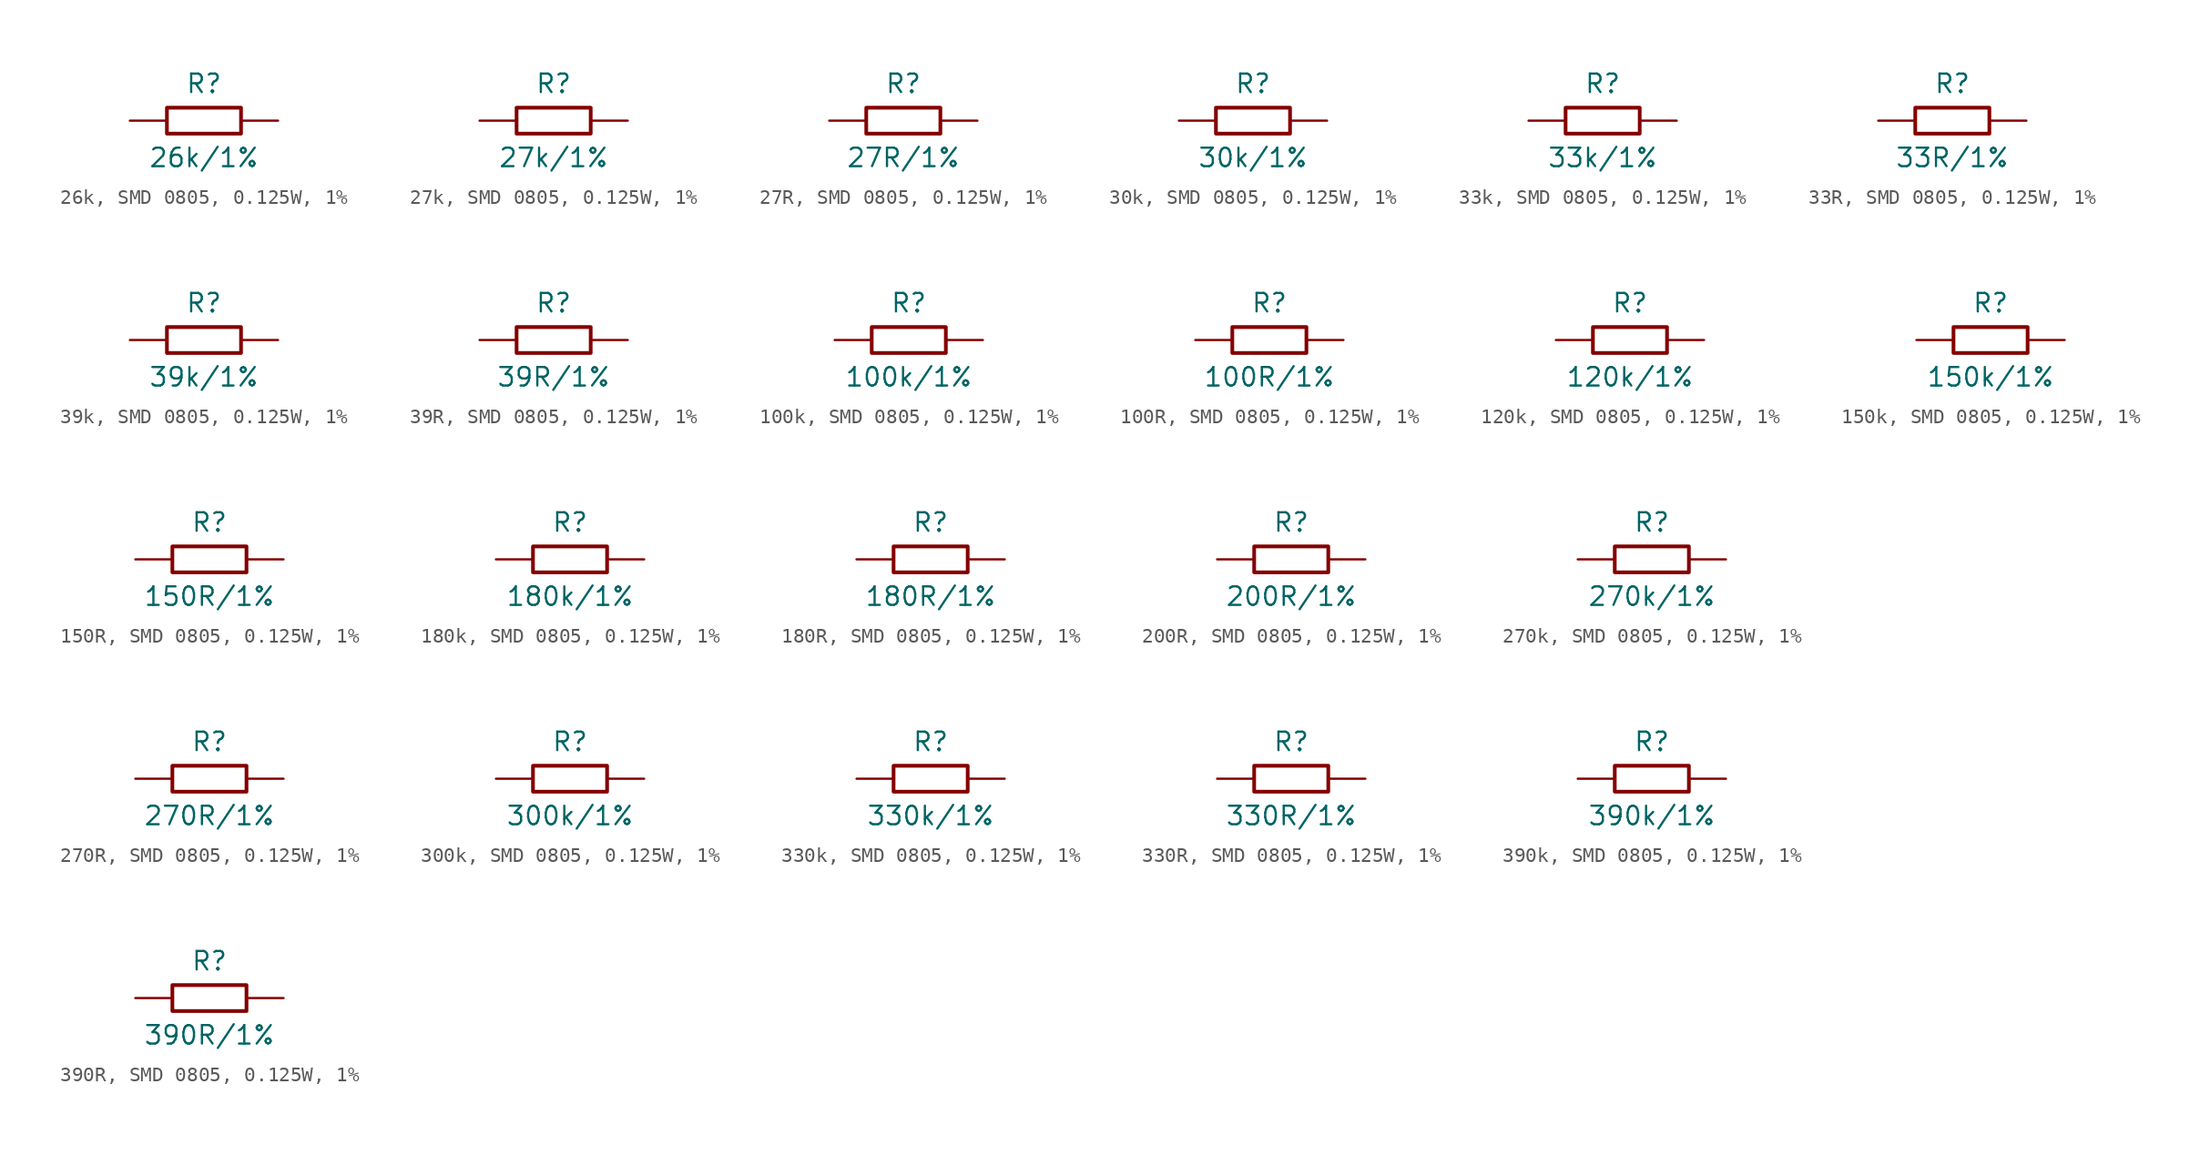
<source format=kicad_sym>
(kicad_symbol_lib
  (version 20241209)
  (generator "kicad_symbol_editor")
  (generator_version "9.0")
  (symbol "26k, SMD 0805, 0.125W, 1%"
    (pin_numbers
      (hide yes))
    (pin_names
      (offset 0)
      (hide yes))
    (property "Reference" "R"
      (at 0 2.54 0)
      (effects (font (size 1.27 1.27))))
    (property "Value" "26k/1%"
      (at 0 -2.54 0)
      (effects (font (size 1.27 1.27))))
    (symbol "26k, SMD 0805, 0.125W, 1%_0_1"
      (rectangle (start -2.54 0.889) (end 2.54 -0.889) (stroke (width 0.254) (type default)) (fill (type none))))
    (symbol "26k, SMD 0805, 0.125W, 1%_1_1"
      (pin passive line (at -5.08 0 0) (length 2.54) (name "1" (effects (font (size 1.27 1.27)))) (number "1" (effects (font (size 1.27 1.27)))))
      (pin passive line (at 5.08 0 180) (length 2.54) (name "2" (effects (font (size 1.27 1.27)))) (number "2" (effects (font (size 1.27 1.27)))))))
  (symbol "27k, SMD 0805, 0.125W, 1%"
    (pin_numbers
      (hide yes))
    (pin_names
      (offset 0)
      (hide yes))
    (property "Reference" "R"
      (at 0 2.54 0)
      (effects (font (size 1.27 1.27))))
    (property "Value" "27k/1%"
      (at 0 -2.54 0)
      (effects (font (size 1.27 1.27))))
    (symbol "27k, SMD 0805, 0.125W, 1%_0_1"
      (rectangle (start -2.54 0.889) (end 2.54 -0.889) (stroke (width 0.254) (type default)) (fill (type none))))
    (symbol "27k, SMD 0805, 0.125W, 1%_1_1"
      (pin passive line (at -5.08 0 0) (length 2.54) (name "1" (effects (font (size 1.27 1.27)))) (number "1" (effects (font (size 1.27 1.27)))))
      (pin passive line (at 5.08 0 180) (length 2.54) (name "2" (effects (font (size 1.27 1.27)))) (number "2" (effects (font (size 1.27 1.27)))))))
  (symbol "27R, SMD 0805, 0.125W, 1%"
    (pin_numbers
      (hide yes))
    (pin_names
      (offset 0)
      (hide yes))
    (property "Reference" "R"
      (at 0 2.54 0)
      (effects (font (size 1.27 1.27))))
    (property "Value" "27R/1%"
      (at 0 -2.54 0)
      (effects (font (size 1.27 1.27))))
    (symbol "27R, SMD 0805, 0.125W, 1%_0_1"
      (rectangle (start -2.54 0.889) (end 2.54 -0.889) (stroke (width 0.254) (type default)) (fill (type none))))
    (symbol "27R, SMD 0805, 0.125W, 1%_1_1"
      (pin passive line (at -5.08 0 0) (length 2.54) (name "1" (effects (font (size 1.27 1.27)))) (number "1" (effects (font (size 1.27 1.27)))))
      (pin passive line (at 5.08 0 180) (length 2.54) (name "2" (effects (font (size 1.27 1.27)))) (number "2" (effects (font (size 1.27 1.27)))))))
  (symbol "30k, SMD 0805, 0.125W, 1%"
    (pin_numbers
      (hide yes))
    (pin_names
      (offset 0)
      (hide yes))
    (property "Reference" "R"
      (at 0 2.54 0)
      (effects (font (size 1.27 1.27))))
    (property "Value" "30k/1%"
      (at 0 -2.54 0)
      (effects (font (size 1.27 1.27))))
    (symbol "30k, SMD 0805, 0.125W, 1%_0_1"
      (rectangle (start -2.54 0.889) (end 2.54 -0.889) (stroke (width 0.254) (type default)) (fill (type none))))
    (symbol "30k, SMD 0805, 0.125W, 1%_1_1"
      (pin passive line (at -5.08 0 0) (length 2.54) (name "1" (effects (font (size 1.27 1.27)))) (number "1" (effects (font (size 1.27 1.27)))))
      (pin passive line (at 5.08 0 180) (length 2.54) (name "2" (effects (font (size 1.27 1.27)))) (number "2" (effects (font (size 1.27 1.27)))))))
  (symbol "33k, SMD 0805, 0.125W, 1%"
    (pin_numbers
      (hide yes))
    (pin_names
      (offset 0)
      (hide yes))
    (property "Reference" "R"
      (at 0 2.54 0)
      (effects (font (size 1.27 1.27))))
    (property "Value" "33k/1%"
      (at 0 -2.54 0)
      (effects (font (size 1.27 1.27))))
    (symbol "33k, SMD 0805, 0.125W, 1%_0_1"
      (rectangle (start -2.54 0.889) (end 2.54 -0.889) (stroke (width 0.254) (type default)) (fill (type none))))
    (symbol "33k, SMD 0805, 0.125W, 1%_1_1"
      (pin passive line (at -5.08 0 0) (length 2.54) (name "1" (effects (font (size 1.27 1.27)))) (number "1" (effects (font (size 1.27 1.27)))))
      (pin passive line (at 5.08 0 180) (length 2.54) (name "2" (effects (font (size 1.27 1.27)))) (number "2" (effects (font (size 1.27 1.27)))))))
  (symbol "33R, SMD 0805, 0.125W, 1%"
    (pin_numbers
      (hide yes))
    (pin_names
      (offset 0)
      (hide yes))
    (property "Reference" "R"
      (at 0 2.54 0)
      (effects (font (size 1.27 1.27))))
    (property "Value" "33R/1%"
      (at 0 -2.54 0)
      (effects (font (size 1.27 1.27))))
    (symbol "33R, SMD 0805, 0.125W, 1%_0_1"
      (rectangle (start -2.54 0.889) (end 2.54 -0.889) (stroke (width 0.254) (type default)) (fill (type none))))
    (symbol "33R, SMD 0805, 0.125W, 1%_1_1"
      (pin passive line (at -5.08 0 0) (length 2.54) (name "1" (effects (font (size 1.27 1.27)))) (number "1" (effects (font (size 1.27 1.27)))))
      (pin passive line (at 5.08 0 180) (length 2.54) (name "2" (effects (font (size 1.27 1.27)))) (number "2" (effects (font (size 1.27 1.27)))))))
  (symbol "39k, SMD 0805, 0.125W, 1%"
    (pin_numbers
      (hide yes))
    (pin_names
      (offset 0)
      (hide yes))
    (property "Reference" "R"
      (at 0 2.54 0)
      (effects (font (size 1.27 1.27))))
    (property "Value" "39k/1%"
      (at 0 -2.54 0)
      (effects (font (size 1.27 1.27))))
    (symbol "39k, SMD 0805, 0.125W, 1%_0_1"
      (rectangle (start -2.54 0.889) (end 2.54 -0.889) (stroke (width 0.254) (type default)) (fill (type none))))
    (symbol "39k, SMD 0805, 0.125W, 1%_1_1"
      (pin passive line (at -5.08 0 0) (length 2.54) (name "1" (effects (font (size 1.27 1.27)))) (number "1" (effects (font (size 1.27 1.27)))))
      (pin passive line (at 5.08 0 180) (length 2.54) (name "2" (effects (font (size 1.27 1.27)))) (number "2" (effects (font (size 1.27 1.27)))))))
  (symbol "39R, SMD 0805, 0.125W, 1%"
    (pin_numbers
      (hide yes))
    (pin_names
      (offset 0)
      (hide yes))
    (property "Reference" "R"
      (at 0 2.54 0)
      (effects (font (size 1.27 1.27))))
    (property "Value" "39R/1%"
      (at 0 -2.54 0)
      (effects (font (size 1.27 1.27))))
    (symbol "39R, SMD 0805, 0.125W, 1%_0_1"
      (rectangle (start -2.54 0.889) (end 2.54 -0.889) (stroke (width 0.254) (type default)) (fill (type none))))
    (symbol "39R, SMD 0805, 0.125W, 1%_1_1"
      (pin passive line (at -5.08 0 0) (length 2.54) (name "1" (effects (font (size 1.27 1.27)))) (number "1" (effects (font (size 1.27 1.27)))))
      (pin passive line (at 5.08 0 180) (length 2.54) (name "2" (effects (font (size 1.27 1.27)))) (number "2" (effects (font (size 1.27 1.27)))))))
  (symbol "100k, SMD 0805, 0.125W, 1%"
    (pin_numbers
      (hide yes))
    (pin_names
      (offset 0)
      (hide yes))
    (property "Reference" "R"
      (at 0 2.54 0)
      (effects (font (size 1.27 1.27))))
    (property "Value" "100k/1%"
      (at 0 -2.54 0)
      (effects (font (size 1.27 1.27))))
    (symbol "100k, SMD 0805, 0.125W, 1%_0_1"
      (rectangle (start -2.54 0.889) (end 2.54 -0.889) (stroke (width 0.254) (type default)) (fill (type none))))
    (symbol "100k, SMD 0805, 0.125W, 1%_1_1"
      (pin passive line (at -5.08 0 0) (length 2.54) (name "1" (effects (font (size 1.27 1.27)))) (number "1" (effects (font (size 1.27 1.27)))))
      (pin passive line (at 5.08 0 180) (length 2.54) (name "2" (effects (font (size 1.27 1.27)))) (number "2" (effects (font (size 1.27 1.27)))))))
  (symbol "100R, SMD 0805, 0.125W, 1%"
    (pin_numbers
      (hide yes))
    (pin_names
      (offset 0)
      (hide yes))
    (property "Reference" "R"
      (at 0 2.54 0)
      (effects (font (size 1.27 1.27))))
    (property "Value" "100R/1%"
      (at 0 -2.54 0)
      (effects (font (size 1.27 1.27))))
    (symbol "100R, SMD 0805, 0.125W, 1%_0_1"
      (rectangle (start -2.54 0.889) (end 2.54 -0.889) (stroke (width 0.254) (type default)) (fill (type none))))
    (symbol "100R, SMD 0805, 0.125W, 1%_1_1"
      (pin passive line (at -5.08 0 0) (length 2.54) (name "1" (effects (font (size 1.27 1.27)))) (number "1" (effects (font (size 1.27 1.27)))))
      (pin passive line (at 5.08 0 180) (length 2.54) (name "2" (effects (font (size 1.27 1.27)))) (number "2" (effects (font (size 1.27 1.27)))))))
  (symbol "120k, SMD 0805, 0.125W, 1%"
    (pin_numbers
      (hide yes))
    (pin_names
      (offset 0)
      (hide yes))
    (property "Reference" "R"
      (at 0 2.54 0)
      (effects (font (size 1.27 1.27))))
    (property "Value" "120k/1%"
      (at 0 -2.54 0)
      (effects (font (size 1.27 1.27))))
    (symbol "120k, SMD 0805, 0.125W, 1%_0_1"
      (rectangle (start -2.54 0.889) (end 2.54 -0.889) (stroke (width 0.254) (type default)) (fill (type none))))
    (symbol "120k, SMD 0805, 0.125W, 1%_1_1"
      (pin passive line (at -5.08 0 0) (length 2.54) (name "1" (effects (font (size 1.27 1.27)))) (number "1" (effects (font (size 1.27 1.27)))))
      (pin passive line (at 5.08 0 180) (length 2.54) (name "2" (effects (font (size 1.27 1.27)))) (number "2" (effects (font (size 1.27 1.27)))))))
  (symbol "150k, SMD 0805, 0.125W, 1%"
    (pin_numbers
      (hide yes))
    (pin_names
      (offset 0)
      (hide yes))
    (property "Reference" "R"
      (at 0 2.54 0)
      (effects (font (size 1.27 1.27))))
    (property "Value" "150k/1%"
      (at 0 -2.54 0)
      (effects (font (size 1.27 1.27))))
    (symbol "150k, SMD 0805, 0.125W, 1%_0_1"
      (rectangle (start -2.54 0.889) (end 2.54 -0.889) (stroke (width 0.254) (type default)) (fill (type none))))
    (symbol "150k, SMD 0805, 0.125W, 1%_1_1"
      (pin passive line (at -5.08 0 0) (length 2.54) (name "1" (effects (font (size 1.27 1.27)))) (number "1" (effects (font (size 1.27 1.27)))))
      (pin passive line (at 5.08 0 180) (length 2.54) (name "2" (effects (font (size 1.27 1.27)))) (number "2" (effects (font (size 1.27 1.27)))))))
  (symbol "150R, SMD 0805, 0.125W, 1%"
    (pin_numbers
      (hide yes))
    (pin_names
      (offset 0)
      (hide yes))
    (property "Reference" "R"
      (at 0 2.54 0)
      (effects (font (size 1.27 1.27))))
    (property "Value" "150R/1%"
      (at 0 -2.54 0)
      (effects (font (size 1.27 1.27))))
    (symbol "150R, SMD 0805, 0.125W, 1%_0_1"
      (rectangle (start -2.54 0.889) (end 2.54 -0.889) (stroke (width 0.254) (type default)) (fill (type none))))
    (symbol "150R, SMD 0805, 0.125W, 1%_1_1"
      (pin passive line (at -5.08 0 0) (length 2.54) (name "1" (effects (font (size 1.27 1.27)))) (number "1" (effects (font (size 1.27 1.27)))))
      (pin passive line (at 5.08 0 180) (length 2.54) (name "2" (effects (font (size 1.27 1.27)))) (number "2" (effects (font (size 1.27 1.27)))))))
  (symbol "180k, SMD 0805, 0.125W, 1%"
    (pin_numbers
      (hide yes))
    (pin_names
      (offset 0)
      (hide yes))
    (property "Reference" "R"
      (at 0 2.54 0)
      (effects (font (size 1.27 1.27))))
    (property "Value" "180k/1%"
      (at 0 -2.54 0)
      (effects (font (size 1.27 1.27))))
    (symbol "180k, SMD 0805, 0.125W, 1%_0_1"
      (rectangle (start -2.54 0.889) (end 2.54 -0.889) (stroke (width 0.254) (type default)) (fill (type none))))
    (symbol "180k, SMD 0805, 0.125W, 1%_1_1"
      (pin passive line (at -5.08 0 0) (length 2.54) (name "1" (effects (font (size 1.27 1.27)))) (number "1" (effects (font (size 1.27 1.27)))))
      (pin passive line (at 5.08 0 180) (length 2.54) (name "2" (effects (font (size 1.27 1.27)))) (number "2" (effects (font (size 1.27 1.27)))))))
  (symbol "180R, SMD 0805, 0.125W, 1%"
    (pin_numbers
      (hide yes))
    (pin_names
      (offset 0)
      (hide yes))
    (property "Reference" "R"
      (at 0 2.54 0)
      (effects (font (size 1.27 1.27))))
    (property "Value" "180R/1%"
      (at 0 -2.54 0)
      (effects (font (size 1.27 1.27))))
    (symbol "180R, SMD 0805, 0.125W, 1%_0_1"
      (rectangle (start -2.54 0.889) (end 2.54 -0.889) (stroke (width 0.254) (type default)) (fill (type none))))
    (symbol "180R, SMD 0805, 0.125W, 1%_1_1"
      (pin passive line (at -5.08 0 0) (length 2.54) (name "1" (effects (font (size 1.27 1.27)))) (number "1" (effects (font (size 1.27 1.27)))))
      (pin passive line (at 5.08 0 180) (length 2.54) (name "2" (effects (font (size 1.27 1.27)))) (number "2" (effects (font (size 1.27 1.27)))))))
  (symbol "200R, SMD 0805, 0.125W, 1%"
    (pin_numbers
      (hide yes))
    (pin_names
      (offset 0)
      (hide yes))
    (property "Reference" "R"
      (at 0 2.54 0)
      (effects (font (size 1.27 1.27))))
    (property "Value" "200R/1%"
      (at 0 -2.54 0)
      (effects (font (size 1.27 1.27))))
    (symbol "200R, SMD 0805, 0.125W, 1%_0_1"
      (rectangle (start -2.54 0.889) (end 2.54 -0.889) (stroke (width 0.254) (type default)) (fill (type none))))
    (symbol "200R, SMD 0805, 0.125W, 1%_1_1"
      (pin passive line (at -5.08 0 0) (length 2.54) (name "1" (effects (font (size 1.27 1.27)))) (number "1" (effects (font (size 1.27 1.27)))))
      (pin passive line (at 5.08 0 180) (length 2.54) (name "2" (effects (font (size 1.27 1.27)))) (number "2" (effects (font (size 1.27 1.27)))))))
  (symbol "270k, SMD 0805, 0.125W, 1%"
    (pin_numbers
      (hide yes))
    (pin_names
      (offset 0)
      (hide yes))
    (property "Reference" "R"
      (at 0 2.54 0)
      (effects (font (size 1.27 1.27))))
    (property "Value" "270k/1%"
      (at 0 -2.54 0)
      (effects (font (size 1.27 1.27))))
    (symbol "270k, SMD 0805, 0.125W, 1%_0_1"
      (rectangle (start -2.54 0.889) (end 2.54 -0.889) (stroke (width 0.254) (type default)) (fill (type none))))
    (symbol "270k, SMD 0805, 0.125W, 1%_1_1"
      (pin passive line (at -5.08 0 0) (length 2.54) (name "1" (effects (font (size 1.27 1.27)))) (number "1" (effects (font (size 1.27 1.27)))))
      (pin passive line (at 5.08 0 180) (length 2.54) (name "2" (effects (font (size 1.27 1.27)))) (number "2" (effects (font (size 1.27 1.27)))))))
  (symbol "270R, SMD 0805, 0.125W, 1%"
    (pin_numbers
      (hide yes))
    (pin_names
      (offset 0)
      (hide yes))
    (property "Reference" "R"
      (at 0 2.54 0)
      (effects (font (size 1.27 1.27))))
    (property "Value" "270R/1%"
      (at 0 -2.54 0)
      (effects (font (size 1.27 1.27))))
    (symbol "270R, SMD 0805, 0.125W, 1%_0_1"
      (rectangle (start -2.54 0.889) (end 2.54 -0.889) (stroke (width 0.254) (type default)) (fill (type none))))
    (symbol "270R, SMD 0805, 0.125W, 1%_1_1"
      (pin passive line (at -5.08 0 0) (length 2.54) (name "1" (effects (font (size 1.27 1.27)))) (number "1" (effects (font (size 1.27 1.27)))))
      (pin passive line (at 5.08 0 180) (length 2.54) (name "2" (effects (font (size 1.27 1.27)))) (number "2" (effects (font (size 1.27 1.27)))))))
  (symbol "300k, SMD 0805, 0.125W, 1%"
    (pin_numbers
      (hide yes))
    (pin_names
      (offset 0)
      (hide yes))
    (property "Reference" "R"
      (at 0 2.54 0)
      (effects (font (size 1.27 1.27))))
    (property "Value" "300k/1%"
      (at 0 -2.54 0)
      (effects (font (size 1.27 1.27))))
    (symbol "300k, SMD 0805, 0.125W, 1%_0_1"
      (rectangle (start -2.54 0.889) (end 2.54 -0.889) (stroke (width 0.254) (type default)) (fill (type none))))
    (symbol "300k, SMD 0805, 0.125W, 1%_1_1"
      (pin passive line (at -5.08 0 0) (length 2.54) (name "1" (effects (font (size 1.27 1.27)))) (number "1" (effects (font (size 1.27 1.27)))))
      (pin passive line (at 5.08 0 180) (length 2.54) (name "2" (effects (font (size 1.27 1.27)))) (number "2" (effects (font (size 1.27 1.27)))))))
  (symbol "330k, SMD 0805, 0.125W, 1%"
    (pin_numbers
      (hide yes))
    (pin_names
      (offset 0)
      (hide yes))
    (property "Reference" "R"
      (at 0 2.54 0)
      (effects (font (size 1.27 1.27))))
    (property "Value" "330k/1%"
      (at 0 -2.54 0)
      (effects (font (size 1.27 1.27))))
    (symbol "330k, SMD 0805, 0.125W, 1%_0_1"
      (rectangle (start -2.54 0.889) (end 2.54 -0.889) (stroke (width 0.254) (type default)) (fill (type none))))
    (symbol "330k, SMD 0805, 0.125W, 1%_1_1"
      (pin passive line (at -5.08 0 0) (length 2.54) (name "1" (effects (font (size 1.27 1.27)))) (number "1" (effects (font (size 1.27 1.27)))))
      (pin passive line (at 5.08 0 180) (length 2.54) (name "2" (effects (font (size 1.27 1.27)))) (number "2" (effects (font (size 1.27 1.27)))))))
  (symbol "330R, SMD 0805, 0.125W, 1%"
    (pin_numbers
      (hide yes))
    (pin_names
      (offset 0)
      (hide yes))
    (property "Reference" "R"
      (at 0 2.54 0)
      (effects (font (size 1.27 1.27))))
    (property "Value" "330R/1%"
      (at 0 -2.54 0)
      (effects (font (size 1.27 1.27))))
    (symbol "330R, SMD 0805, 0.125W, 1%_0_1"
      (rectangle (start -2.54 0.889) (end 2.54 -0.889) (stroke (width 0.254) (type default)) (fill (type none))))
    (symbol "330R, SMD 0805, 0.125W, 1%_1_1"
      (pin passive line (at -5.08 0 0) (length 2.54) (name "1" (effects (font (size 1.27 1.27)))) (number "1" (effects (font (size 1.27 1.27)))))
      (pin passive line (at 5.08 0 180) (length 2.54) (name "2" (effects (font (size 1.27 1.27)))) (number "2" (effects (font (size 1.27 1.27)))))))
  (symbol "390k, SMD 0805, 0.125W, 1%"
    (pin_numbers
      (hide yes))
    (pin_names
      (offset 0)
      (hide yes))
    (property "Reference" "R"
      (at 0 2.54 0)
      (effects (font (size 1.27 1.27))))
    (property "Value" "390k/1%"
      (at 0 -2.54 0)
      (effects (font (size 1.27 1.27))))
    (symbol "390k, SMD 0805, 0.125W, 1%_0_1"
      (rectangle (start -2.54 0.889) (end 2.54 -0.889) (stroke (width 0.254) (type default)) (fill (type none))))
    (symbol "390k, SMD 0805, 0.125W, 1%_1_1"
      (pin passive line (at -5.08 0 0) (length 2.54) (name "1" (effects (font (size 1.27 1.27)))) (number "1" (effects (font (size 1.27 1.27)))))
      (pin passive line (at 5.08 0 180) (length 2.54) (name "2" (effects (font (size 1.27 1.27)))) (number "2" (effects (font (size 1.27 1.27)))))))
  (symbol "390R, SMD 0805, 0.125W, 1%"
    (pin_numbers
      (hide yes))
    (pin_names
      (offset 0)
      (hide yes))
    (property "Reference" "R"
      (at 0 2.54 0)
      (effects (font (size 1.27 1.27))))
    (property "Value" "390R/1%"
      (at 0 -2.54 0)
      (effects (font (size 1.27 1.27))))
    (symbol "390R, SMD 0805, 0.125W, 1%_0_1"
      (rectangle (start -2.54 0.889) (end 2.54 -0.889) (stroke (width 0.254) (type default)) (fill (type none))))
    (symbol "390R, SMD 0805, 0.125W, 1%_1_1"
      (pin passive line (at -5.08 0 0) (length 2.54) (name "1" (effects (font (size 1.27 1.27)))) (number "1" (effects (font (size 1.27 1.27)))))
      (pin passive line (at 5.08 0 180) (length 2.54) (name "2" (effects (font (size 1.27 1.27)))) (number "2" (effects (font (size 1.27 1.27))))))))
</source>
